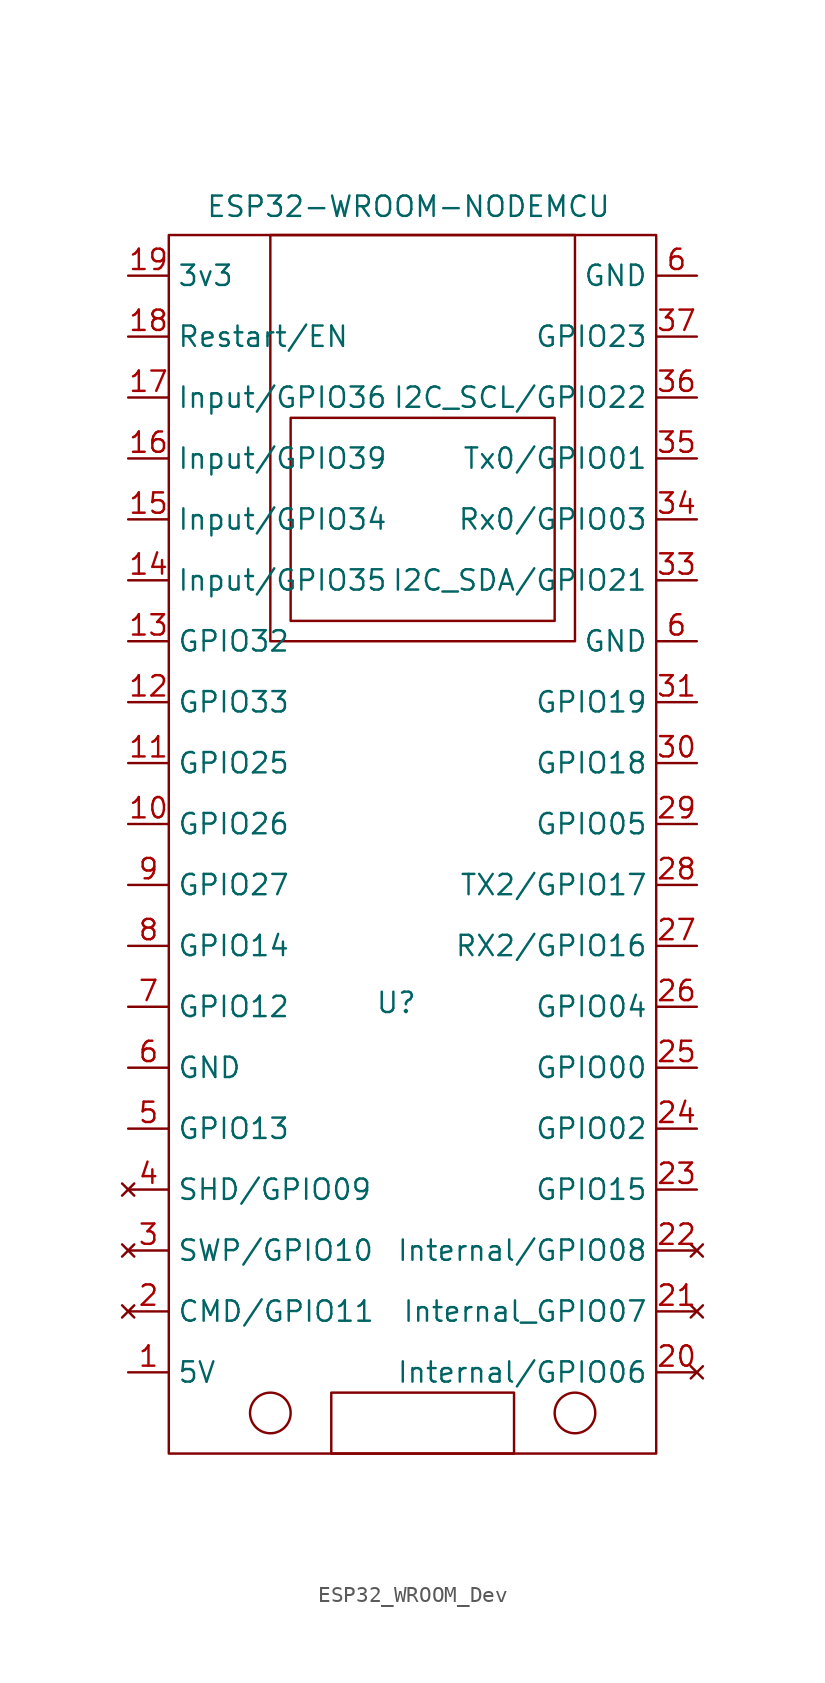
<source format=kicad_sym>
(kicad_symbol_lib
  (version 20241209)
  (generator "kicad_symbol_editor")
  (generator_version "9.0")
  (symbol "ESP32_WROOM_Dev"
    (property "Reference" "U"
      (at 16.764 -45.466 0)
      (effects (font (size 1.27 1.27))))
    (property "Value" "ESP32-WROOM-NODEMCU"
      (at 17.526 4.318 0)
      (effects (font (size 1.27 1.27))))
    (symbol "ESP32_WROOM_Dev_0_1"
      (rectangle (start 2.54 2.54) (end 33.02 -73.66) (stroke (width 0) (type default)) (fill (type none)))
      (rectangle (start 8.89 2.54) (end 27.94 -22.86) (stroke (width 0) (type default)) (fill (type none)))
      (circle (center 8.89 -71.12) (radius 1.27) (stroke (width 0) (type default)) (fill (type none)))
      (rectangle (start 10.16 -8.89) (end 26.67 -21.59) (stroke (width 0) (type default)) (fill (type none)))
      (rectangle (start 12.7 -73.66) (end 24.13 -69.85) (stroke (width 0) (type default)) (fill (type none)))
      (circle (center 27.94 -71.12) (radius 1.27) (stroke (width 0) (type default)) (fill (type none))))
    (symbol "ESP32_WROOM_Dev_1_1"
      (pin power_in line (at 0 0 0) (length 2.54) (name "3v3" (effects (font (size 1.27 1.27)))) (number "19" (effects (font (size 1.27 1.27)))))
      (pin input line (at 0 -3.81 0) (length 2.54) (name "Restart/EN" (effects (font (size 1.27 1.27)))) (number "18" (effects (font (size 1.27 1.27)))))
      (pin bidirectional line (at 0 -7.62 0) (length 2.54) (name "Input/GPIO36" (effects (font (size 1.27 1.27)))) (number "17" (effects (font (size 1.27 1.27)))))
      (pin bidirectional line (at 0 -11.43 0) (length 2.54) (name "Input/GPIO39" (effects (font (size 1.27 1.27)))) (number "16" (effects (font (size 1.27 1.27)))))
      (pin bidirectional line (at 0 -15.24 0) (length 2.54) (name "Input/GPIO34" (effects (font (size 1.27 1.27)))) (number "15" (effects (font (size 1.27 1.27)))))
      (pin bidirectional line (at 0 -19.05 0) (length 2.54) (name "Input/GPIO35" (effects (font (size 1.27 1.27)))) (number "14" (effects (font (size 1.27 1.27)))))
      (pin bidirectional line (at 0 -22.86 0) (length 2.54) (name "GPIO32" (effects (font (size 1.27 1.27)))) (number "13" (effects (font (size 1.27 1.27)))))
      (pin bidirectional line (at 0 -26.67 0) (length 2.54) (name "GPIO33" (effects (font (size 1.27 1.27)))) (number "12" (effects (font (size 1.27 1.27)))))
      (pin bidirectional line (at 0 -30.48 0) (length 2.54) (name "GPIO25" (effects (font (size 1.27 1.27)))) (number "11" (effects (font (size 1.27 1.27)))))
      (pin bidirectional line (at 0 -34.29 0) (length 2.54) (name "GPIO26" (effects (font (size 1.27 1.27)))) (number "10" (effects (font (size 1.27 1.27)))))
      (pin bidirectional line (at 0 -38.1 0) (length 2.54) (name "GPIO27" (effects (font (size 1.27 1.27)))) (number "9" (effects (font (size 1.27 1.27)))))
      (pin bidirectional line (at 0 -41.91 0) (length 2.54) (name "GPIO14" (effects (font (size 1.27 1.27)))) (number "8" (effects (font (size 1.27 1.27)))))
      (pin bidirectional line (at 0 -45.72 0) (length 2.54) (name "GPIO12" (effects (font (size 1.27 1.27)))) (number "7" (effects (font (size 1.27 1.27)))))
      (pin input line (at 0 -49.53 0) (length 2.54) (name "GND" (effects (font (size 1.27 1.27)))) (number "6" (effects (font (size 1.27 1.27)))))
      (pin bidirectional line (at 0 -53.34 0) (length 2.54) (name "GPIO13" (effects (font (size 1.27 1.27)))) (number "5" (effects (font (size 1.27 1.27)))))
      (pin no_connect line (at 0 -57.15 0) (length 2.54) (name "SHD/GPIO09" (effects (font (size 1.27 1.27)))) (number "4" (effects (font (size 1.27 1.27)))))
      (pin no_connect line (at 0 -60.96 0) (length 2.54) (name "SWP/GPIO10" (effects (font (size 1.27 1.27)))) (number "3" (effects (font (size 1.27 1.27)))))
      (pin no_connect line (at 0 -64.77 0) (length 2.54) (name "CMD/GPIO11" (effects (font (size 1.27 1.27)))) (number "2" (effects (font (size 1.27 1.27)))))
      (pin power_in line (at 0 -68.58 0) (length 2.54) (name "5V" (effects (font (size 1.27 1.27)))) (number "1" (effects (font (size 1.27 1.27)))))
      (pin input line (at 35.56 0 180) (length 2.54) (name "GND" (effects (font (size 1.27 1.27)))) (number "6" (effects (font (size 1.27 1.27)))))
      (pin bidirectional line (at 35.56 -3.81 180) (length 2.54) (name "GPIO23" (effects (font (size 1.27 1.27)))) (number "37" (effects (font (size 1.27 1.27)))))
      (pin bidirectional line (at 35.56 -7.62 180) (length 2.54) (name "I2C_SCL/GPIO22" (effects (font (size 1.27 1.27)))) (number "36" (effects (font (size 1.27 1.27)))))
      (pin bidirectional line (at 35.56 -11.43 180) (length 2.54) (name "Tx0/GPIO01" (effects (font (size 1.27 1.27)))) (number "35" (effects (font (size 1.27 1.27)))))
      (pin bidirectional line (at 35.56 -15.24 180) (length 2.54) (name "Rx0/GPIO03" (effects (font (size 1.27 1.27)))) (number "34" (effects (font (size 1.27 1.27)))))
      (pin bidirectional line (at 35.56 -19.05 180) (length 2.54) (name "I2C_SDA/GPIO21" (effects (font (size 1.27 1.27)))) (number "33" (effects (font (size 1.27 1.27)))))
      (pin input line (at 35.56 -22.86 180) (length 2.54) (name "GND" (effects (font (size 1.27 1.27)))) (number "6" (effects (font (size 1.27 1.27)))))
      (pin bidirectional line (at 35.56 -26.67 180) (length 2.54) (name "GPIO19" (effects (font (size 1.27 1.27)))) (number "31" (effects (font (size 1.27 1.27)))))
      (pin bidirectional line (at 35.56 -30.48 180) (length 2.54) (name "GPIO18" (effects (font (size 1.27 1.27)))) (number "30" (effects (font (size 1.27 1.27)))))
      (pin bidirectional line (at 35.56 -34.29 180) (length 2.54) (name "GPIO05" (effects (font (size 1.27 1.27)))) (number "29" (effects (font (size 1.27 1.27)))))
      (pin bidirectional line (at 35.56 -38.1 180) (length 2.54) (name "TX2/GPIO17" (effects (font (size 1.27 1.27)))) (number "28" (effects (font (size 1.27 1.27)))))
      (pin bidirectional line (at 35.56 -41.91 180) (length 2.54) (name "RX2/GPIO16" (effects (font (size 1.27 1.27)))) (number "27" (effects (font (size 1.27 1.27)))))
      (pin bidirectional line (at 35.56 -45.72 180) (length 2.54) (name "GPIO04" (effects (font (size 1.27 1.27)))) (number "26" (effects (font (size 1.27 1.27)))))
      (pin bidirectional line (at 35.56 -49.53 180) (length 2.54) (name "GPIO00" (effects (font (size 1.27 1.27)))) (number "25" (effects (font (size 1.27 1.27)))))
      (pin bidirectional line (at 35.56 -53.34 180) (length 2.54) (name "GPIO02" (effects (font (size 1.27 1.27)))) (number "24" (effects (font (size 1.27 1.27)))))
      (pin bidirectional line (at 35.56 -57.15 180) (length 2.54) (name "GPIO15" (effects (font (size 1.27 1.27)))) (number "23" (effects (font (size 1.27 1.27)))))
      (pin no_connect line (at 35.56 -60.96 180) (length 2.54) (name "Internal/GPIO08" (effects (font (size 1.27 1.27)))) (number "22" (effects (font (size 1.27 1.27)))))
      (pin no_connect line (at 35.56 -64.77 180) (length 2.54) (name "Internal_GPIO07" (effects (font (size 1.27 1.27)))) (number "21" (effects (font (size 1.27 1.27)))))
      (pin no_connect line (at 35.56 -68.58 180) (length 2.54) (name "Internal/GPIO06" (effects (font (size 1.27 1.27)))) (number "20" (effects (font (size 1.27 1.27))))))))
</source>
